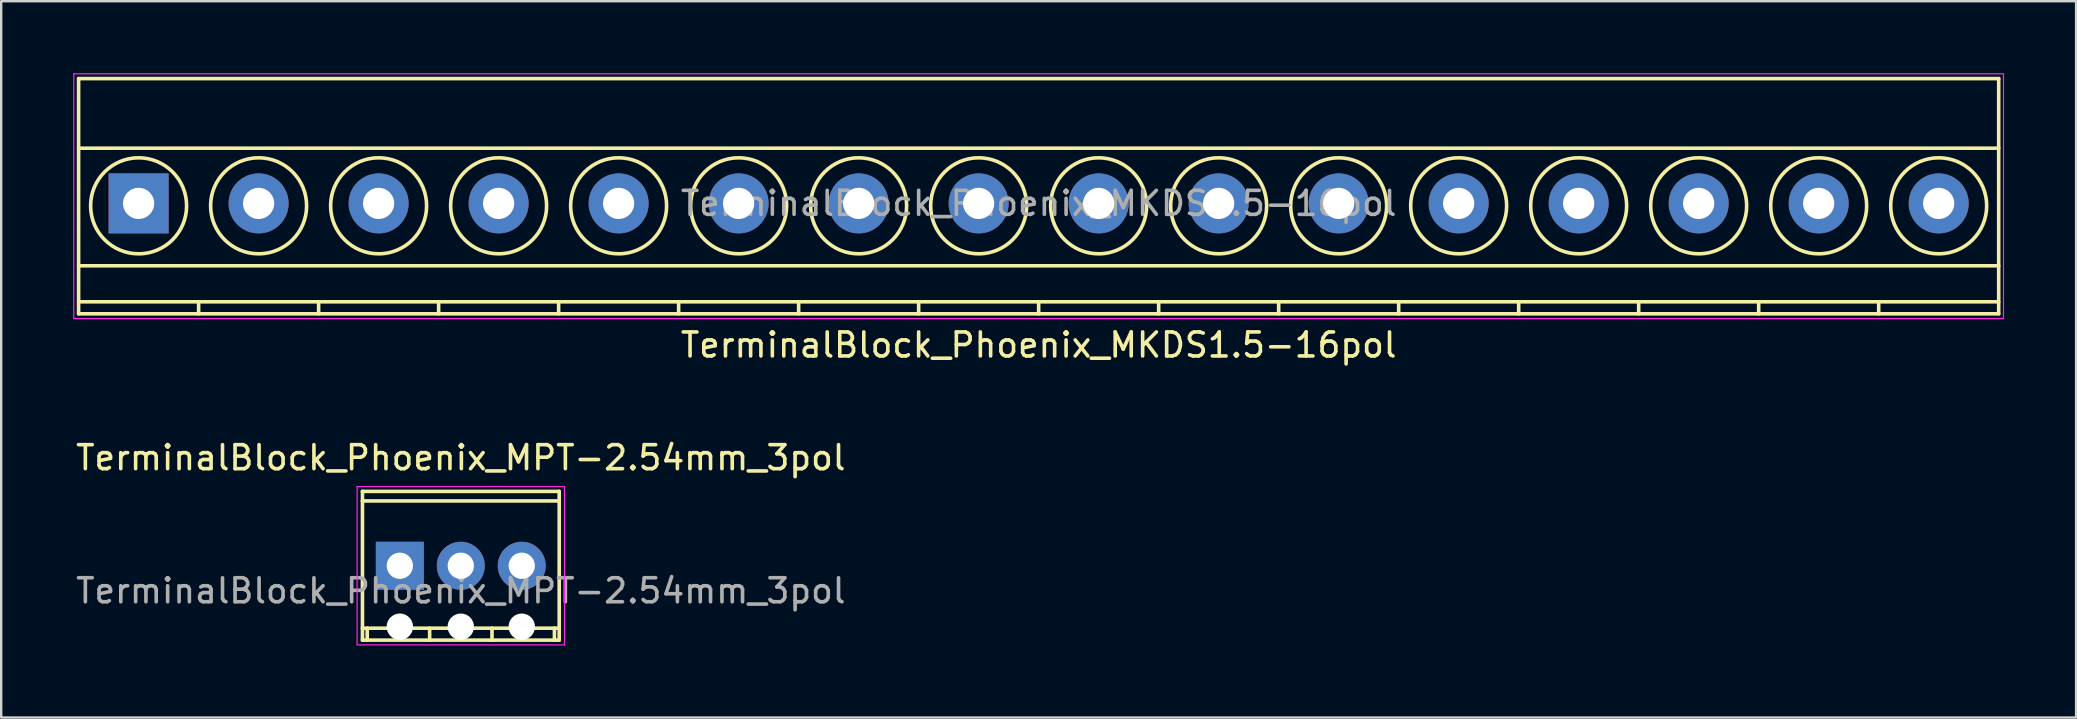
<source format=kicad_pcb>
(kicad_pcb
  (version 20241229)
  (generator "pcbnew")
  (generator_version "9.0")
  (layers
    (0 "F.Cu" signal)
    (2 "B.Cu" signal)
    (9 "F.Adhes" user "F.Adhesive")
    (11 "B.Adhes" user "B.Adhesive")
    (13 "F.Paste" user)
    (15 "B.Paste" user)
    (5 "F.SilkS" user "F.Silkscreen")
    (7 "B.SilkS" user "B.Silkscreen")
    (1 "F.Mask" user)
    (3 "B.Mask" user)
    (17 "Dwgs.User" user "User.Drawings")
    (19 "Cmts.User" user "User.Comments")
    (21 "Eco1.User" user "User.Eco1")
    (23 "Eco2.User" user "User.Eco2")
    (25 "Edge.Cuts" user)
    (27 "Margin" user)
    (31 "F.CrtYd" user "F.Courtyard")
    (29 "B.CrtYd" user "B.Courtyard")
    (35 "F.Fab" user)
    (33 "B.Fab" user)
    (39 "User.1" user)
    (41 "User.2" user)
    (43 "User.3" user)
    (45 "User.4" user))
  (footprint "TerminalBlock_Phoenix_MKDS1.5-16pol"
    (layer "F.Cu")
    (at 2.725 5.425)
    (property "Reference" "TerminalBlock_Phoenix_MKDS1.5-16pol" (at 37.5 5.9 0) (layer "F.SilkS") (effects (font (size 1 1) (thickness 0.15))))
    (attr through_hole)
    (fp_line (start -2.5 -5.2) (end -2.5 4.6) (stroke (width 0.15) (type solid)) (layer "F.SilkS"))
    (fp_line (start -2.5 -2.3) (end 77.5 -2.3) (stroke (width 0.15) (type solid)) (layer "F.SilkS"))
    (fp_line (start -2.5 2.6) (end 77.5 2.6) (stroke (width 0.15) (type solid)) (layer "F.SilkS"))
    (fp_line (start -2.5 4.1) (end 77.5 4.1) (stroke (width 0.15) (type solid)) (layer "F.SilkS"))
    (fp_line (start -2.5 4.6) (end 77.5 4.6) (stroke (width 0.15) (type solid)) (layer "F.SilkS"))
    (fp_line (start 2.5 4.1) (end 2.5 4.6) (stroke (width 0.15) (type solid)) (layer "F.SilkS"))
    (fp_line (start 7.5 4.1) (end 7.5 4.6) (stroke (width 0.15) (type solid)) (layer "F.SilkS"))
    (fp_line (start 12.5 4.1) (end 12.5 4.6) (stroke (width 0.15) (type solid)) (layer "F.SilkS"))
    (fp_line (start 17.5 4.1) (end 17.5 4.6) (stroke (width 0.15) (type solid)) (layer "F.SilkS"))
    (fp_line (start 22.5 4.1) (end 22.5 4.6) (stroke (width 0.15) (type solid)) (layer "F.SilkS"))
    (fp_line (start 27.5 4.1) (end 27.5 4.6) (stroke (width 0.15) (type solid)) (layer "F.SilkS"))
    (fp_line (start 32.5 4.1) (end 32.5 4.6) (stroke (width 0.15) (type solid)) (layer "F.SilkS"))
    (fp_line (start 37.5 4.1) (end 37.5 4.6) (stroke (width 0.15) (type solid)) (layer "F.SilkS"))
    (fp_line (start 42.5 4.1) (end 42.5 4.6) (stroke (width 0.15) (type solid)) (layer "F.SilkS"))
    (fp_line (start 47.5 4.1) (end 47.5 4.6) (stroke (width 0.15) (type solid)) (layer "F.SilkS"))
    (fp_line (start 52.5 4.1) (end 52.5 4.6) (stroke (width 0.15) (type solid)) (layer "F.SilkS"))
    (fp_line (start 57.5 4.1) (end 57.5 4.6) (stroke (width 0.15) (type solid)) (layer "F.SilkS"))
    (fp_line (start 62.5 4.1) (end 62.5 4.6) (stroke (width 0.15) (type solid)) (layer "F.SilkS"))
    (fp_line (start 67.5 4.1) (end 67.5 4.6) (stroke (width 0.15) (type solid)) (layer "F.SilkS"))
    (fp_line (start 72.5 4.1) (end 72.5 4.6) (stroke (width 0.15) (type solid)) (layer "F.SilkS"))
    (fp_line (start 77.5 -5.2) (end -2.5 -5.2) (stroke (width 0.15) (type solid)) (layer "F.SilkS"))
    (fp_line (start 77.5 4.6) (end 77.5 -5.2) (stroke (width 0.15) (type solid)) (layer "F.SilkS"))
    (fp_circle (center 0 0.1) (end 2 0.1) (stroke (width 0.15) (type solid)) (fill no) (layer "F.SilkS"))
    (fp_circle (center 5 0.1) (end 3 0.1) (stroke (width 0.15) (type solid)) (fill no) (layer "F.SilkS"))
    (fp_circle (center 10 0.1) (end 8 0.1) (stroke (width 0.15) (type solid)) (fill no) (layer "F.SilkS"))
    (fp_circle (center 15 0.1) (end 13 0.1) (stroke (width 0.15) (type solid)) (fill no) (layer "F.SilkS"))
    (fp_circle (center 20 0.1) (end 18 0.1) (stroke (width 0.15) (type solid)) (fill no) (layer "F.SilkS"))
    (fp_circle (center 25 0.1) (end 23 0.1) (stroke (width 0.15) (type solid)) (fill no) (layer "F.SilkS"))
    (fp_circle (center 30 0.1) (end 28 0.1) (stroke (width 0.15) (type solid)) (fill no) (layer "F.SilkS"))
    (fp_circle (center 35 0.1) (end 33 0.1) (stroke (width 0.15) (type solid)) (fill no) (layer "F.SilkS"))
    (fp_circle (center 40 0.1) (end 38 0.1) (stroke (width 0.15) (type solid)) (fill no) (layer "F.SilkS"))
    (fp_circle (center 45 0.1) (end 43 0.1) (stroke (width 0.15) (type solid)) (fill no) (layer "F.SilkS"))
    (fp_circle (center 50 0.1) (end 48 0.1) (stroke (width 0.15) (type solid)) (fill no) (layer "F.SilkS"))
    (fp_circle (center 55 0.1) (end 53 0.1) (stroke (width 0.15) (type solid)) (fill no) (layer "F.SilkS"))
    (fp_circle (center 60 0.1) (end 58 0.1) (stroke (width 0.15) (type solid)) (fill no) (layer "F.SilkS"))
    (fp_circle (center 65 0.1) (end 63 0.1) (stroke (width 0.15) (type solid)) (fill no) (layer "F.SilkS"))
    (fp_circle (center 70 0.1) (end 68 0.1) (stroke (width 0.15) (type solid)) (fill no) (layer "F.SilkS"))
    (fp_circle (center 75 0.1) (end 73 0.1) (stroke (width 0.15) (type solid)) (fill no) (layer "F.SilkS"))
    (fp_line (start -2.7 -5.4) (end -2.7 4.8) (stroke (width 0.05) (type solid)) (layer "F.CrtYd"))
    (fp_line (start -2.7 4.8) (end 77.7 4.8) (stroke (width 0.05) (type solid)) (layer "F.CrtYd"))
    (fp_line (start 77.7 -5.4) (end -2.7 -5.4) (stroke (width 0.05) (type solid)) (layer "F.CrtYd"))
    (fp_line (start 77.7 4.8) (end 77.7 -5.4) (stroke (width 0.05) (type solid)) (layer "F.CrtYd"))
    (fp_text user "${REFERENCE}" (at 37.5 0 0) (layer "F.Fab") (effects (font (size 1 1) (thickness 0.15))))
    (pad "1" thru_hole rect (at 0 0) (size 2.5 2.5) (drill 1.3) (layers "*.Cu" "*.Mask"))
    (pad "2" thru_hole circle (at 5 0) (size 2.5 2.5) (drill 1.3) (layers "*.Cu" "*.Mask"))
    (pad "3" thru_hole circle (at 10 0) (size 2.5 2.5) (drill 1.3) (layers "*.Cu" "*.Mask"))
    (pad "4" thru_hole circle (at 15 0) (size 2.5 2.5) (drill 1.3) (layers "*.Cu" "*.Mask"))
    (pad "5" thru_hole circle (at 20 0) (size 2.5 2.5) (drill 1.3) (layers "*.Cu" "*.Mask"))
    (pad "6" thru_hole circle (at 25 0) (size 2.5 2.5) (drill 1.3) (layers "*.Cu" "*.Mask"))
    (pad "7" thru_hole circle (at 30 0) (size 2.5 2.5) (drill 1.3) (layers "*.Cu" "*.Mask"))
    (pad "8" thru_hole circle (at 35 0) (size 2.5 2.5) (drill 1.3) (layers "*.Cu" "*.Mask"))
    (pad "9" thru_hole circle (at 40 0) (size 2.5 2.5) (drill 1.3) (layers "*.Cu" "*.Mask"))
    (pad "10" thru_hole circle (at 45 0) (size 2.5 2.5) (drill 1.3) (layers "*.Cu" "*.Mask"))
    (pad "11" thru_hole circle (at 50 0) (size 2.5 2.5) (drill 1.3) (layers "*.Cu" "*.Mask"))
    (pad "12" thru_hole circle (at 55 0) (size 2.5 2.5) (drill 1.3) (layers "*.Cu" "*.Mask"))
    (pad "13" thru_hole circle (at 60 0) (size 2.5 2.5) (drill 1.3) (layers "*.Cu" "*.Mask"))
    (pad "14" thru_hole circle (at 65 0) (size 2.5 2.5) (drill 1.3) (layers "*.Cu" "*.Mask"))
    (pad "15" thru_hole circle (at 70 0) (size 2.5 2.5) (drill 1.3) (layers "*.Cu" "*.Mask"))
    (pad "16" thru_hole circle (at 75 0) (size 2.5 2.5) (drill 1.3) (layers "*.Cu" "*.Mask")))
  (footprint "TerminalBlock_Phoenix_MPT-2.54mm_3pol"
    (layer "F.Cu")
    (at 13.609 20.522)
    (property "Reference" "TerminalBlock_Phoenix_MPT-2.54mm_3pol" (at 2.54 -4.501 0) (layer "F.SilkS") (effects (font (size 1 1) (thickness 0.15))))
    (attr through_hole)
    (fp_line (start -1.56 3.099) (end 6.64 3.099) (stroke (width 0.15) (type solid)) (layer "F.SilkS"))
    (fp_line (start -1.557 -3.099) (end -1.557 3.099) (stroke (width 0.15) (type solid)) (layer "F.SilkS"))
    (fp_line (start -1.359 3.099) (end -1.359 2.601) (stroke (width 0.15) (type solid)) (layer "F.SilkS"))
    (fp_line (start 1.242 3.099) (end 1.242 2.601) (stroke (width 0.15) (type solid)) (layer "F.SilkS"))
    (fp_line (start 3.84 2.601) (end 3.84 3.099) (stroke (width 0.15) (type solid)) (layer "F.SilkS"))
    (fp_line (start 6.441 2.601) (end 6.441 3.099) (stroke (width 0.15) (type solid)) (layer "F.SilkS"))
    (fp_line (start 6.64 -3.099) (end -1.56 -3.099) (stroke (width 0.15) (type solid)) (layer "F.SilkS"))
    (fp_line (start 6.64 -2.7) (end -1.56 -2.7) (stroke (width 0.15) (type solid)) (layer "F.SilkS"))
    (fp_line (start 6.64 2.601) (end -1.56 2.601) (stroke (width 0.15) (type solid)) (layer "F.SilkS"))
    (fp_line (start 6.64 3.099) (end 6.64 -3.099) (stroke (width 0.15) (type solid)) (layer "F.SilkS"))
    (fp_line (start -1.78 -3.3) (end -1.78 3.3) (stroke (width 0.05) (type solid)) (layer "F.CrtYd"))
    (fp_line (start -1.78 3.3) (end 6.86 3.3) (stroke (width 0.05) (type solid)) (layer "F.CrtYd"))
    (fp_line (start 6.86 -3.3) (end -1.78 -3.3) (stroke (width 0.05) (type solid)) (layer "F.CrtYd"))
    (fp_line (start 6.86 3.3) (end 6.86 -3.3) (stroke (width 0.05) (type solid)) (layer "F.CrtYd"))
    (fp_text user "${REFERENCE}" (at 2.54 1.045 0) (layer "F.Fab") (effects (font (size 1 1) (thickness 0.15))))
    (pad "" np_thru_hole circle (at 0 2.54) (size 1.1 1.1) (drill 1.1) (layers "*.Cu" "*.Mask"))
    (pad "" np_thru_hole circle (at 2.54 2.54) (size 1.1 1.1) (drill 1.1) (layers "*.Cu" "*.Mask"))
    (pad "" np_thru_hole circle (at 5.08 2.54) (size 1.1 1.1) (drill 1.1) (layers "*.Cu" "*.Mask"))
    (pad "1" thru_hole rect (at 0 0) (size 1.999 1.999) (drill 1.097) (layers "*.Cu" "*.Mask"))
    (pad "2" thru_hole oval (at 2.54 0) (size 1.999 1.999) (drill 1.097) (layers "*.Cu" "*.Mask"))
    (pad "3" thru_hole oval (at 5.08 0) (size 1.999 1.999) (drill 1.097) (layers "*.Cu" "*.Mask")))
  (gr_rect
    (start -3 -3)
    (end 83.45 26.847)
    (stroke (width 0.1) (type default))
    (fill no)
    (layer "Edge.Cuts")))
</source>
